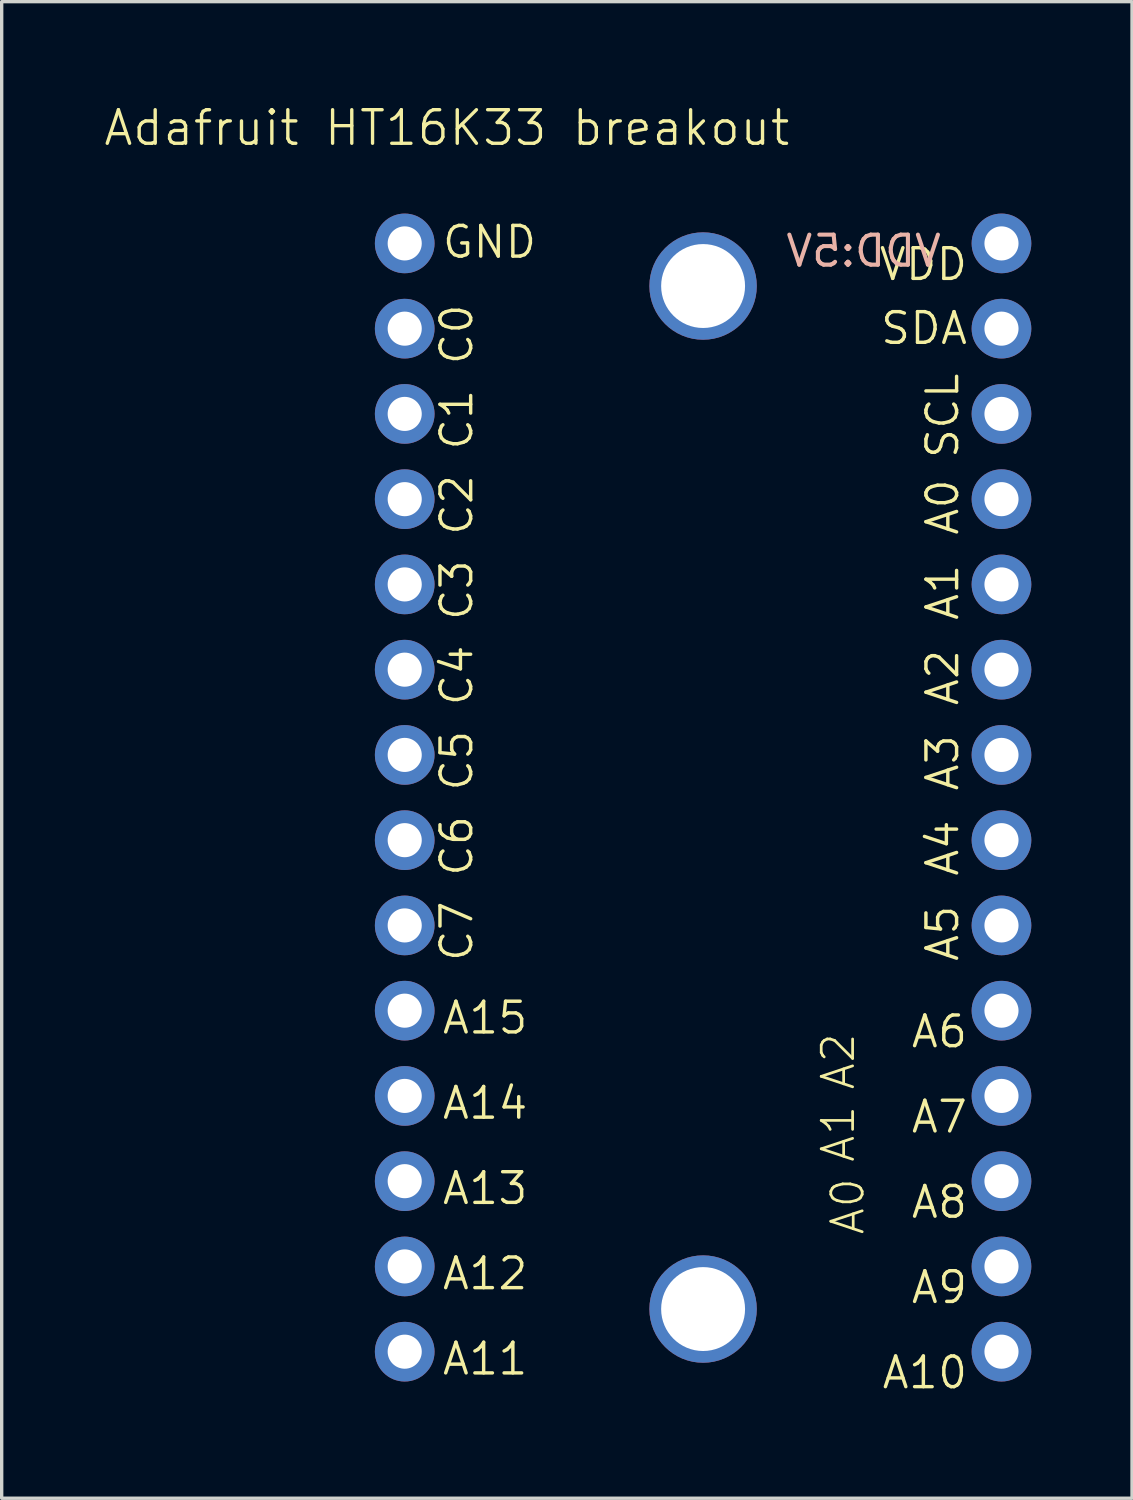
<source format=kicad_pcb>
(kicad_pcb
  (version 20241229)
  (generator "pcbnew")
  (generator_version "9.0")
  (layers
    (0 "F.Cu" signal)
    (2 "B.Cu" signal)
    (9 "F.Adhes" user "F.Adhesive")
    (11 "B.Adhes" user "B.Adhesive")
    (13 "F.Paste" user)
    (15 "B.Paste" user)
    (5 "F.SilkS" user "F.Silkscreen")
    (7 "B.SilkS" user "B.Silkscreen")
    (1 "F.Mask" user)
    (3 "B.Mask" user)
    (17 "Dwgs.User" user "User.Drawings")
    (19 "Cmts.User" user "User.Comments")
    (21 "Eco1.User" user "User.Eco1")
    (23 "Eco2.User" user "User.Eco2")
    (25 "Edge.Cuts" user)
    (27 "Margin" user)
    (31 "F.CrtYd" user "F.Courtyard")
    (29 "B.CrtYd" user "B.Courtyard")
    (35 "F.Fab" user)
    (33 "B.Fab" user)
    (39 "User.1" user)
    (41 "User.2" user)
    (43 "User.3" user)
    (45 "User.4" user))
  (footprint "Adafruit HT16K33 breakout"
    (layer "F.Cu")
    (at 17.968 1.542)
    (property "Reference" "Adafruit HT16K33 breakout" (at -7.704 -0.781 0) (unlocked yes) (layer "F.SilkS") (effects (font (size 1 1) (thickness 0.1))))
    (attr through_hole)
    (fp_text user "C7" (at -6.878 24.11 90) (unlocked yes) (layer "F.SilkS") (effects (font (size 0.914 0.914) (thickness 0.102)) (justify left bottom)))
    (fp_text user "VDD" (at 5.12 3.819 0) (unlocked yes) (layer "F.SilkS") (effects (font (size 0.914 0.914) (thickness 0.102)) (justify left bottom)))
    (fp_text user "A1" (at 3.409 29.19 90) (unlocked yes) (layer "F.SilkS") (effects (font (size 0.935 0.935) (thickness 0.081)) (justify top)))
    (fp_text user "A9" (at 6.077 34.299 0) (unlocked yes) (layer "F.SilkS") (effects (font (size 0.914 0.914) (thickness 0.102)) (justify left bottom)))
    (fp_text user "A11" (at -7.894 36.429 0) (unlocked yes) (layer "F.SilkS") (effects (font (size 0.914 0.914) (thickness 0.102)) (justify left bottom)))
    (fp_text user "C6" (at -6.878 21.57 90) (unlocked yes) (layer "F.SilkS") (effects (font (size 0.914 0.914) (thickness 0.102)) (justify left bottom)))
    (fp_text user "A7" (at 6.077 29.219 0) (unlocked yes) (layer "F.SilkS") (effects (font (size 0.914 0.914) (thickness 0.102)) (justify left bottom)))
    (fp_text user "C3" (at -6.878 13.95 90) (unlocked yes) (layer "F.SilkS") (effects (font (size 0.914 0.914) (thickness 0.102)) (justify left bottom)))
    (fp_text user "A2" (at 7.6 16.49 90) (unlocked yes) (layer "F.SilkS") (effects (font (size 0.914 0.914) (thickness 0.102)) (justify left bottom)))
    (fp_text user "A4" (at 7.6 21.57 90) (unlocked yes) (layer "F.SilkS") (effects (font (size 0.914 0.914) (thickness 0.102)) (justify left bottom)))
    (fp_text user "A10" (at 5.207 36.839 0) (unlocked yes) (layer "F.SilkS") (effects (font (size 0.914 0.914) (thickness 0.102)) (justify left bottom)))
    (fp_text user "A0" (at 4.788 31.349 90) (unlocked yes) (layer "F.SilkS") (effects (font (size 0.935 0.935) (thickness 0.081)) (justify bottom)))
    (fp_text user "A5" (at 7.6 24.11 90) (unlocked yes) (layer "F.SilkS") (effects (font (size 0.914 0.914) (thickness 0.102)) (justify left bottom)))
    (fp_text user "A3" (at 7.6 19.03 90) (unlocked yes) (layer "F.SilkS") (effects (font (size 0.914 0.914) (thickness 0.102)) (justify left bottom)))
    (fp_text user "SDA" (at 5.163 5.724 0) (unlocked yes) (layer "F.SilkS") (effects (font (size 0.914 0.914) (thickness 0.102)) (justify left bottom)))
    (fp_text user "C4" (at -6.878 16.49 90) (unlocked yes) (layer "F.SilkS") (effects (font (size 0.914 0.914) (thickness 0.102)) (justify left bottom)))
    (fp_text user "A6" (at 6.077 26.679 0) (unlocked yes) (layer "F.SilkS") (effects (font (size 0.914 0.914) (thickness 0.102)) (justify left bottom)))
    (fp_text user "A8" (at 6.077 31.759 0) (unlocked yes) (layer "F.SilkS") (effects (font (size 0.914 0.914) (thickness 0.102)) (justify left bottom)))
    (fp_text user "C0" (at -6.878 6.33 90) (unlocked yes) (layer "F.SilkS") (effects (font (size 0.914 0.914) (thickness 0.102)) (justify left bottom)))
    (fp_text user "A0" (at 7.6 11.41 90) (unlocked yes) (layer "F.SilkS") (effects (font (size 0.914 0.914) (thickness 0.102)) (justify left bottom)))
    (fp_text user "GND" (at -7.894 3.155 0) (unlocked yes) (layer "F.SilkS") (effects (font (size 0.914 0.914) (thickness 0.102)) (justify left bottom)))
    (fp_text user "A12" (at -7.894 33.889 0) (unlocked yes) (layer "F.SilkS") (effects (font (size 0.914 0.914) (thickness 0.102)) (justify left bottom)))
    (fp_text user "SCL" (at 7.6 9.124 90) (unlocked yes) (layer "F.SilkS") (effects (font (size 0.914 0.914) (thickness 0.102)) (justify left bottom)))
    (fp_text user "A13" (at -7.894 31.349 0) (unlocked yes) (layer "F.SilkS") (effects (font (size 0.914 0.914) (thickness 0.102)) (justify left bottom)))
    (fp_text user "A15" (at -7.894 26.269 0) (unlocked yes) (layer "F.SilkS") (effects (font (size 0.914 0.914) (thickness 0.102)) (justify left bottom)))
    (fp_text user "C2" (at -6.878 11.41 90) (unlocked yes) (layer "F.SilkS") (effects (font (size 0.914 0.914) (thickness 0.102)) (justify left bottom)))
    (fp_text user "C1" (at -6.878 8.87 90) (unlocked yes) (layer "F.SilkS") (effects (font (size 0.914 0.914) (thickness 0.102)) (justify left bottom)))
    (fp_text user "A14" (at -7.894 28.809 0) (unlocked yes) (layer "F.SilkS") (effects (font (size 0.914 0.914) (thickness 0.102)) (justify left bottom)))
    (fp_text user "C5" (at -6.878 19.03 90) (unlocked yes) (layer "F.SilkS") (effects (font (size 0.914 0.914) (thickness 0.102)) (justify left bottom)))
    (fp_text user "A2" (at 3.409 27.031 90) (unlocked yes) (layer "F.SilkS") (effects (font (size 0.935 0.935) (thickness 0.081)) (justify top)))
    (fp_text user "A1" (at 7.6 13.95 90) (unlocked yes) (layer "F.SilkS") (effects (font (size 0.914 0.914) (thickness 0.102)) (justify left bottom)))
    (fp_text user "VDD:5V" (at 7.092 3.409 0) (unlocked yes) (layer "B.SilkS") (effects (font (size 0.894 0.894) (thickness 0.122)) (justify left bottom mirror)))
    (pad "1" thru_hole circle (at -8.96 2.66) (size 1.778 1.778) (drill 1.016) (layers "*.Cu" "*.Mask"))
    (pad "1" thru_hole circle (at 8.82 35.68 180) (size 1.778 1.778) (drill 1.016) (layers "*.Cu" "*.Mask"))
    (pad "2" thru_hole circle (at -8.96 5.2) (size 1.778 1.778) (drill 1.016) (layers "*.Cu" "*.Mask"))
    (pad "2" thru_hole circle (at 8.82 33.14 180) (size 1.778 1.778) (drill 1.016) (layers "*.Cu" "*.Mask"))
    (pad "3" thru_hole circle (at -8.96 7.74) (size 1.778 1.778) (drill 1.016) (layers "*.Cu" "*.Mask"))
    (pad "3" thru_hole circle (at 8.82 30.6 180) (size 1.778 1.778) (drill 1.016) (layers "*.Cu" "*.Mask"))
    (pad "4" thru_hole circle (at -8.96 10.28) (size 1.778 1.778) (drill 1.016) (layers "*.Cu" "*.Mask"))
    (pad "4" thru_hole circle (at 8.82 28.06 180) (size 1.778 1.778) (drill 1.016) (layers "*.Cu" "*.Mask"))
    (pad "5" thru_hole circle (at -8.96 12.82) (size 1.778 1.778) (drill 1.016) (layers "*.Cu" "*.Mask"))
    (pad "5" thru_hole circle (at 8.82 25.52 180) (size 1.778 1.778) (drill 1.016) (layers "*.Cu" "*.Mask"))
    (pad "6" thru_hole circle (at -8.96 15.36) (size 1.778 1.778) (drill 1.016) (layers "*.Cu" "*.Mask"))
    (pad "6" thru_hole circle (at 8.82 22.98 180) (size 1.778 1.778) (drill 1.016) (layers "*.Cu" "*.Mask"))
    (pad "7" thru_hole circle (at -8.96 17.9) (size 1.778 1.778) (drill 1.016) (layers "*.Cu" "*.Mask"))
    (pad "7" thru_hole circle (at 8.82 20.44 180) (size 1.778 1.778) (drill 1.016) (layers "*.Cu" "*.Mask"))
    (pad "8" thru_hole circle (at -8.96 20.44) (size 1.778 1.778) (drill 1.016) (layers "*.Cu" "*.Mask"))
    (pad "8" thru_hole circle (at 8.82 17.9 180) (size 1.778 1.778) (drill 1.016) (layers "*.Cu" "*.Mask"))
    (pad "9" thru_hole circle (at -8.96 22.98) (size 1.778 1.778) (drill 1.016) (layers "*.Cu" "*.Mask"))
    (pad "9" thru_hole circle (at 8.82 15.36 180) (size 1.778 1.778) (drill 1.016) (layers "*.Cu" "*.Mask"))
    (pad "10" thru_hole circle (at -8.96 25.52) (size 1.778 1.778) (drill 1.016) (layers "*.Cu" "*.Mask"))
    (pad "10" thru_hole circle (at 8.82 12.82 180) (size 1.778 1.778) (drill 1.016) (layers "*.Cu" "*.Mask"))
    (pad "11" thru_hole circle (at -8.96 28.06) (size 1.778 1.778) (drill 1.016) (layers "*.Cu" "*.Mask"))
    (pad "11" thru_hole circle (at 8.82 10.28 180) (size 1.778 1.778) (drill 1.016) (layers "*.Cu" "*.Mask"))
    (pad "12" thru_hole circle (at -8.96 30.6) (size 1.778 1.778) (drill 1.016) (layers "*.Cu" "*.Mask"))
    (pad "12" thru_hole circle (at 8.82 7.74 180) (size 1.778 1.778) (drill 1.016) (layers "*.Cu" "*.Mask"))
    (pad "13" thru_hole circle (at -8.96 33.14) (size 1.778 1.778) (drill 1.016) (layers "*.Cu" "*.Mask"))
    (pad "13" thru_hole circle (at 8.82 5.2 180) (size 1.778 1.778) (drill 1.016) (layers "*.Cu" "*.Mask"))
    (pad "14" thru_hole circle (at -8.96 35.68) (size 1.778 1.778) (drill 1.016) (layers "*.Cu" "*.Mask"))
    (pad "14" thru_hole circle (at 8.82 2.66 180) (size 1.778 1.778) (drill 1.016) (layers "*.Cu" "*.Mask"))
    (pad "P$1" thru_hole circle (at -0.07 3.93) (size 3.2 3.2) (drill 2.5) (layers "*.Cu" "*.Mask"))
    (pad "P$1" thru_hole circle (at -0.07 34.41) (size 3.2 3.2) (drill 2.5) (layers "*.Cu" "*.Mask")))
  (gr_rect
    (start -3 -3)
    (end 30.677 41.588)
    (stroke (width 0.1) (type default))
    (fill no)
    (layer "Edge.Cuts")))
</source>
